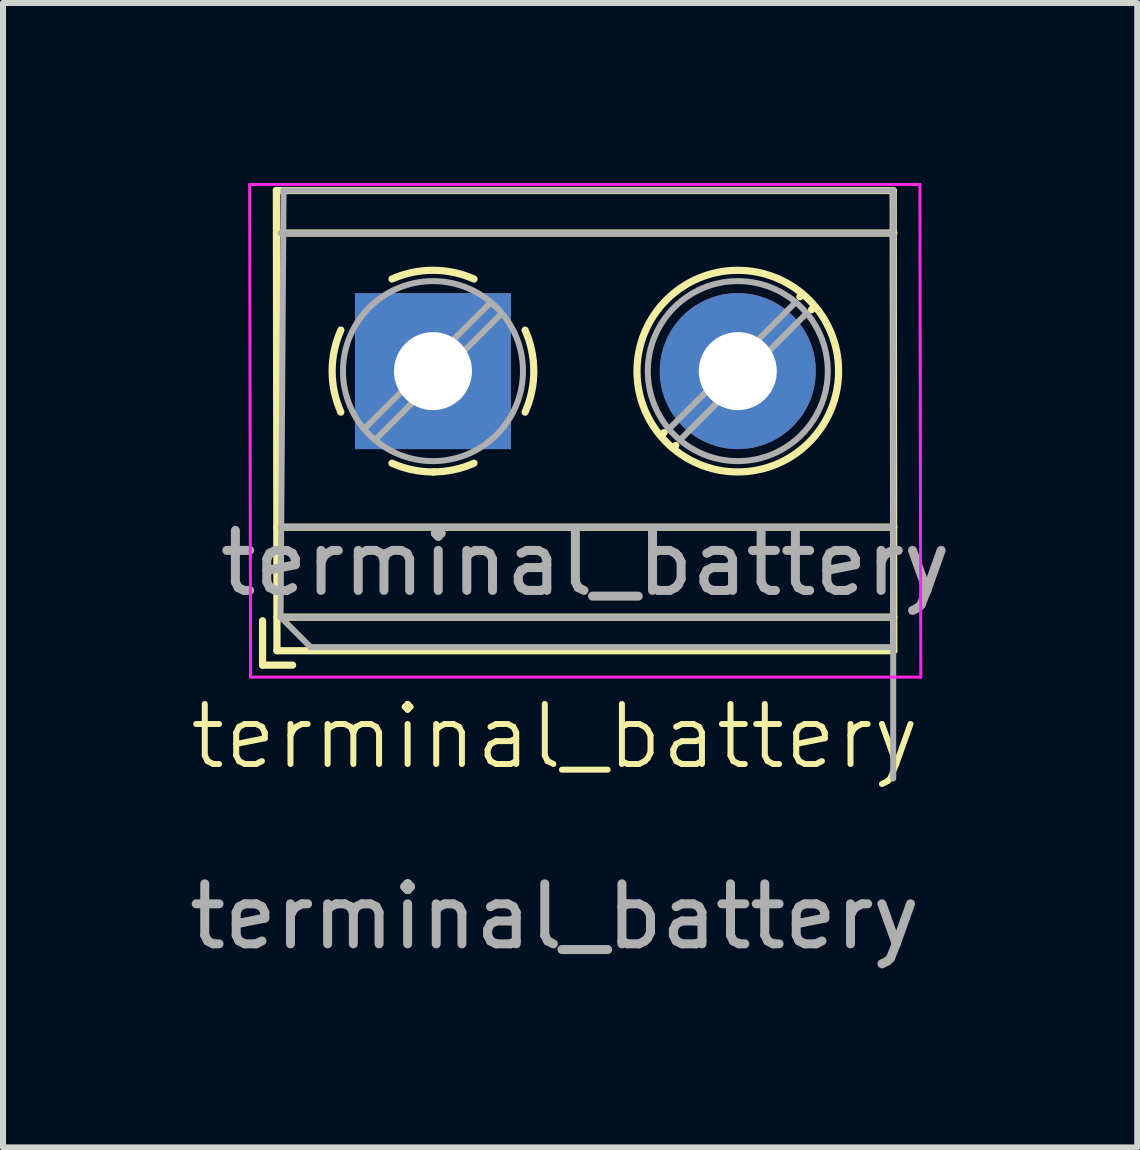
<source format=kicad_pcb>
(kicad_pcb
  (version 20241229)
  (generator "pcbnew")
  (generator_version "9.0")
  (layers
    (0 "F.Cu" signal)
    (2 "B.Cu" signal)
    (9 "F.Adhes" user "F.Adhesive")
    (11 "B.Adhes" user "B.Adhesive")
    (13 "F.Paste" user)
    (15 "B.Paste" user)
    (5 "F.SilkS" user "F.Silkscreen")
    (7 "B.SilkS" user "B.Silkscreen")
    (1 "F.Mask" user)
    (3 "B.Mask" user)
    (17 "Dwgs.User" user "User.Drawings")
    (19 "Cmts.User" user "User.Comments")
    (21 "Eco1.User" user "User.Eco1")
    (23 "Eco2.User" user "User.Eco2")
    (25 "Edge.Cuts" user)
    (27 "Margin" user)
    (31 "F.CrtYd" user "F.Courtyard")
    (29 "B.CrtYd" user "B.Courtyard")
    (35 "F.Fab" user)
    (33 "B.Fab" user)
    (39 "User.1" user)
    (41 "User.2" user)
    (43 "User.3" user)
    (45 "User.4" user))
  (footprint "terminal_battery"
    (layer "F.Cu")
    (at 6.196 9.725)
    (property "Reference" "terminal_battery" (at 0 -0.5 0) (unlocked yes) (layer "F.SilkS") (effects (font (size 1 1) (thickness 0.1))))
    (attr through_hole)
    (fp_line (start -4.87 -2.43) (end -4.87 -1.69) (stroke (width 0.12) (type solid)) (layer "F.SilkS"))
    (fp_line (start -4.87 -1.69) (end -4.37 -1.69) (stroke (width 0.12) (type solid)) (layer "F.SilkS"))
    (fp_line (start -4.64 -9.6) (end -4.63 -1.93) (stroke (width 0.12) (type solid)) (layer "F.SilkS"))
    (fp_line (start -4.64 -9.6) (end 5.64 -9.6) (stroke (width 0.12) (type solid)) (layer "F.SilkS"))
    (fp_line (start -4.63 -8.891) (end 5.65 -8.891) (stroke (width 0.12) (type solid)) (layer "F.SilkS"))
    (fp_line (start -4.63 -3.99) (end 5.65 -3.99) (stroke (width 0.12) (type solid)) (layer "F.SilkS"))
    (fp_line (start -4.63 -2.49) (end 5.65 -2.49) (stroke (width 0.12) (type solid)) (layer "F.SilkS"))
    (fp_line (start -4.63 -1.93) (end 5.65 -1.93) (stroke (width 0.12) (type solid)) (layer "F.SilkS"))
    (fp_line (start 1.823 -5.567) (end 1.776 -5.521) (stroke (width 0.12) (type solid)) (layer "F.SilkS"))
    (fp_line (start 2.016 -5.351) (end 1.981 -5.316) (stroke (width 0.12) (type solid)) (layer "F.SilkS"))
    (fp_line (start 4.12 -7.865) (end 4.085 -7.829) (stroke (width 0.12) (type solid)) (layer "F.SilkS"))
    (fp_line (start 4.325 -7.659) (end 4.278 -7.613) (stroke (width 0.12) (type solid)) (layer "F.SilkS"))
    (fp_line (start 5.64 -9.6) (end 5.65 -1.93) (stroke (width 0.12) (type solid)) (layer "F.SilkS"))
    (fp_arc (start -3.565427 -5.906958) (mid -3.710501 -6.590524) (end -3.565 -7.274) (stroke (width 0.12) (type solid)) (layer "F.SilkS"))
    (fp_arc (start -2.713042 -8.125427) (mid -2.029476 -8.270501) (end -1.346 -8.125) (stroke (width 0.12) (type solid)) (layer "F.SilkS"))
    (fp_arc (start -2.001195 -4.909747) (mid -2.365551 -4.943341) (end -2.714 -5.055) (stroke (width 0.12) (type solid)) (layer "F.SilkS"))
    (fp_arc (start -1.346682 -5.055244) (mid -1.680708 -4.946712) (end -2.03 -4.91) (stroke (width 0.12) (type solid)) (layer "F.SilkS"))
    (fp_arc (start -0.494573 -7.273042) (mid -0.349499 -6.589476) (end -0.495 -5.906) (stroke (width 0.12) (type solid)) (layer "F.SilkS"))
    (fp_circle (center 3.05 -6.59) (end 4.73 -6.59) (stroke (width 0.12) (type solid)) (fill no) (layer "F.SilkS"))
    (fp_line (start -5.085 -9.7) (end -5.07 -1.49) (stroke (width 0.05) (type solid)) (layer "F.CrtYd"))
    (fp_line (start -5.07 -1.49) (end 6.1 -1.49) (stroke (width 0.05) (type solid)) (layer "F.CrtYd"))
    (fp_line (start 6.085 -9.7) (end -5.085 -9.7) (stroke (width 0.05) (type solid)) (layer "F.CrtYd"))
    (fp_line (start 6.1 -1.49) (end 6.085 -9.7) (stroke (width 0.05) (type solid)) (layer "F.CrtYd"))
    (fp_line (start -4.57 -8.89) (end 5.59 -8.89) (stroke (width 0.1) (type solid)) (layer "F.Fab"))
    (fp_line (start -4.57 -3.99) (end 5.59 -3.99) (stroke (width 0.1) (type solid)) (layer "F.Fab"))
    (fp_line (start -4.57 -2.49) (end -4.52 -9.6) (stroke (width 0.1) (type solid)) (layer "F.Fab"))
    (fp_line (start -4.57 -2.49) (end 5.59 -2.49) (stroke (width 0.1) (type solid)) (layer "F.Fab"))
    (fp_line (start -4.52 -9.6) (end 5.64 -9.6) (stroke (width 0.1) (type solid)) (layer "F.Fab"))
    (fp_line (start -4.07 -1.99) (end -4.57 -2.49) (stroke (width 0.1) (type solid)) (layer "F.Fab"))
    (fp_line (start -1.075 -7.728) (end -3.168 -5.635) (stroke (width 0.1) (type solid)) (layer "F.Fab"))
    (fp_line (start -0.892 -7.545) (end -2.985 -5.452) (stroke (width 0.1) (type solid)) (layer "F.Fab"))
    (fp_line (start 4.005 -7.728) (end 1.913 -5.635) (stroke (width 0.1) (type solid)) (layer "F.Fab"))
    (fp_line (start 4.188 -7.545) (end 2.096 -5.452) (stroke (width 0.1) (type solid)) (layer "F.Fab"))
    (fp_line (start 5.59 -1.99) (end -4.07 -1.99) (stroke (width 0.1) (type solid)) (layer "F.Fab"))
    (fp_line (start 5.64 -9.6) (end 5.64 0.2) (stroke (width 0.1) (type solid)) (layer "F.Fab"))
    (fp_circle (center -2.03 -6.59) (end -0.53 -6.59) (stroke (width 0.1) (type solid)) (fill no) (layer "F.Fab"))
    (fp_circle (center 3.05 -6.59) (end 4.55 -6.59) (stroke (width 0.1) (type solid)) (fill no) (layer "F.Fab"))
    (fp_text user "${REFERENCE}" (at 0 2.5 0) (unlocked yes) (layer "F.Fab") (effects (font (size 1 1) (thickness 0.15))))
    (fp_text user "${REFERENCE}" (at 0.51 -3.39 0) (layer "F.Fab") (effects (font (size 1 1) (thickness 0.15))))
    (pad "1" thru_hole rect (at -2.03 -6.59) (size 2.6 2.6) (drill 1.3) (layers "*.Cu" "*.Mask"))
    (pad "2" thru_hole circle (at 3.05 -6.59) (size 2.6 2.6) (drill 1.3) (layers "*.Cu" "*.Mask")))
  (gr_rect
    (start -3 -3)
    (end 15.903 16.073)
    (stroke (width 0.1) (type default))
    (fill no)
    (layer "Edge.Cuts")))
</source>
